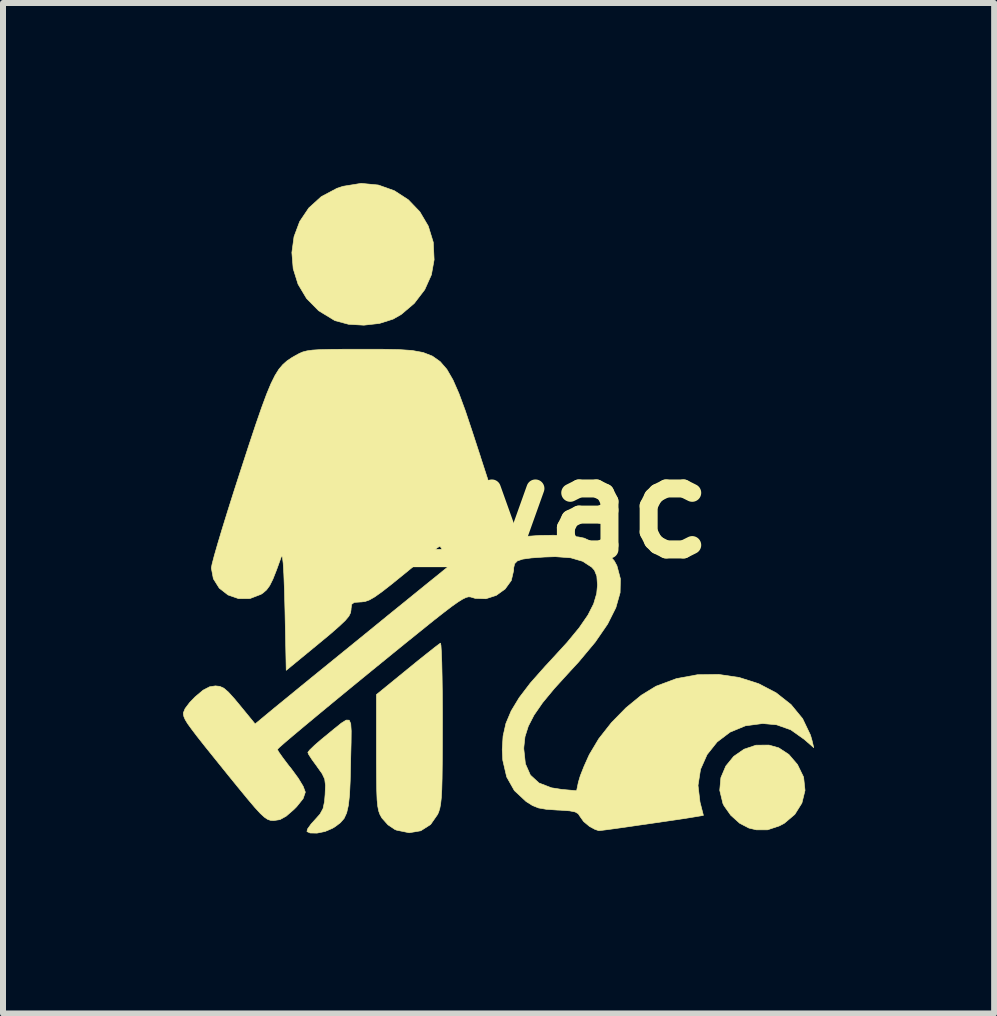
<source format=kicad_pcb>
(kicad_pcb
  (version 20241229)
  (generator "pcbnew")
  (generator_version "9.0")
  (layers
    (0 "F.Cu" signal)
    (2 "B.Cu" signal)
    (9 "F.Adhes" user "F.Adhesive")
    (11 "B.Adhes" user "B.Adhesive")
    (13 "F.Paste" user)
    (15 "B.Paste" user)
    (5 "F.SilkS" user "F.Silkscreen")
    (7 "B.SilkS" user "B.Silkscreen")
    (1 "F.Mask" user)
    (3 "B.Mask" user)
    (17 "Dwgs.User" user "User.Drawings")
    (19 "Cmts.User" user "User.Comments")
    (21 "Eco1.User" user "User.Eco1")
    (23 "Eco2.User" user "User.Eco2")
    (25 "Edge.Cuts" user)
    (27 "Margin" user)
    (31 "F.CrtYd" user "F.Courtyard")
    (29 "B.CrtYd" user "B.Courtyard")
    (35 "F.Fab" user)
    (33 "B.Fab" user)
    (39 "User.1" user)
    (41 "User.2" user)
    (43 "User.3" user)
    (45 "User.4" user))
  (footprint "m_vac"
    (layer "F.Cu")
    (at 5.254 5.415)
    (property "Reference" "m_vac" (at 0 0 0) (layer "F.SilkS") (effects (font (size 1.524 1.524) (thickness 0.3))))
    (attr through_hole)
    (fp_poly (pts (xy 4.671 3.995) (xy 4.839 4.105) (xy 4.983 4.273) (xy 5.081 4.474) (xy 5.086 4.489) (xy 5.109 4.704) (xy 5.057 4.915) (xy 4.939 5.104) (xy 4.763 5.253) (xy 4.681 5.296) (xy 4.485 5.361) (xy 4.298 5.361) (xy 4.174 5.332) (xy 4.02 5.252) (xy 3.872 5.119) (xy 3.76 4.961) (xy 3.741 4.923) (xy 3.688 4.703) (xy 3.707 4.492) (xy 3.789 4.299) (xy 3.921 4.137) (xy 4.093 4.018) (xy 4.292 3.951) (xy 4.508 3.949) (xy 4.671 3.995)) (stroke (width 0.01) (type solid)) (fill yes) (layer "F.SilkS"))
    (fp_poly (pts (xy -1.999 -5.382) (xy -1.734 -5.288) (xy -1.501 -5.137) (xy -1.309 -4.937) (xy -1.168 -4.698) (xy -1.085 -4.428) (xy -1.071 -4.137) (xy -1.116 -3.887) (xy -1.227 -3.639) (xy -1.402 -3.41) (xy -1.62 -3.225) (xy -1.755 -3.148) (xy -1.982 -3.076) (xy -2.241 -3.047) (xy -2.497 -3.062) (xy -2.717 -3.121) (xy -2.731 -3.127) (xy -2.994 -3.287) (xy -3.196 -3.492) (xy -3.338 -3.73) (xy -3.419 -3.989) (xy -3.441 -4.257) (xy -3.405 -4.522) (xy -3.311 -4.774) (xy -3.159 -5) (xy -2.952 -5.188) (xy -2.689 -5.328) (xy -2.588 -5.361) (xy -2.286 -5.41) (xy -1.999 -5.382)) (stroke (width 0.01) (type solid)) (fill yes) (layer "F.SilkS"))
    (fp_poly (pts (xy -0.957 2.288) (xy -0.95 2.4) (xy -0.943 2.576) (xy -0.938 2.808) (xy -0.934 3.085) (xy -0.932 3.397) (xy -0.932 3.584) (xy -0.933 3.963) (xy -0.935 4.266) (xy -0.938 4.505) (xy -0.943 4.688) (xy -0.951 4.826) (xy -0.962 4.928) (xy -0.976 5.004) (xy -0.995 5.065) (xy -1.012 5.104) (xy -1.13 5.273) (xy -1.293 5.377) (xy -1.486 5.41) (xy -1.696 5.367) (xy -1.724 5.356) (xy -1.84 5.278) (xy -1.939 5.167) (xy -1.946 5.156) (xy -1.974 5.105) (xy -1.995 5.047) (xy -2.01 4.97) (xy -2.021 4.863) (xy -2.027 4.712) (xy -2.03 4.507) (xy -2.032 4.236) (xy -2.032 4.062) (xy -2.032 3.108) (xy -1.515 2.686) (xy -1.337 2.541) (xy -1.18 2.416) (xy -1.059 2.32) (xy -0.983 2.263) (xy -0.965 2.251) (xy -0.957 2.288)) (stroke (width 0.01) (type solid)) (fill yes) (layer "F.SilkS"))
    (fp_poly (pts (xy -2.486 3.534) (xy -2.46 3.593) (xy -2.452 3.715) (xy -2.454 3.908) (xy -2.461 4.177) (xy -2.462 4.241) (xy -2.469 4.546) (xy -2.48 4.779) (xy -2.499 4.952) (xy -2.528 5.079) (xy -2.571 5.172) (xy -2.633 5.243) (xy -2.715 5.305) (xy -2.765 5.336) (xy -2.888 5.389) (xy -3.022 5.416) (xy -3.137 5.414) (xy -3.19 5.39) (xy -3.179 5.346) (xy -3.121 5.265) (xy -3.061 5.199) (xy -2.972 5.099) (xy -2.922 5.008) (xy -2.897 4.892) (xy -2.887 4.771) (xy -2.881 4.62) (xy -2.894 4.516) (xy -2.937 4.425) (xy -3.02 4.309) (xy -3.022 4.305) (xy -3.104 4.193) (xy -3.16 4.107) (xy -3.175 4.071) (xy -3.144 4.031) (xy -3.062 3.952) (xy -2.944 3.85) (xy -2.891 3.807) (xy -2.732 3.676) (xy -2.615 3.582) (xy -2.536 3.533) (xy -2.486 3.534)) (stroke (width 0.01) (type solid)) (fill yes) (layer "F.SilkS"))
    (fp_poly (pts (xy -1.665 -2.641) (xy -1.44 -2.626) (xy -1.254 -2.592) (xy -1.1 -2.532) (xy -0.971 -2.441) (xy -0.859 -2.312) (xy -0.757 -2.136) (xy -0.657 -1.908) (xy -0.551 -1.621) (xy -0.433 -1.267) (xy -0.294 -0.841) (xy -0.294 -0.839) (xy -0.19 -0.519) (xy -0.094 -0.226) (xy -0.009 0.031) (xy 0.061 0.244) (xy 0.114 0.401) (xy 0.145 0.494) (xy 0.153 0.515) (xy 0.2 0.523) (xy 0.297 0.507) (xy 0.328 0.498) (xy 0.482 0.471) (xy 0.689 0.456) (xy 0.921 0.453) (xy 1.147 0.462) (xy 1.338 0.482) (xy 1.429 0.501) (xy 1.619 0.588) (xy 1.796 0.722) (xy 1.931 0.88) (xy 1.975 0.961) (xy 2.033 1.179) (xy 2.028 1.41) (xy 1.957 1.66) (xy 1.82 1.933) (xy 1.613 2.234) (xy 1.334 2.568) (xy 1.189 2.725) (xy 0.933 3.006) (xy 0.736 3.244) (xy 0.593 3.451) (xy 0.498 3.636) (xy 0.443 3.81) (xy 0.424 3.984) (xy 0.423 4.011) (xy 0.45 4.261) (xy 0.533 4.449) (xy 0.677 4.581) (xy 0.885 4.661) (xy 1.057 4.688) (xy 1.303 4.71) (xy 1.333 4.567) (xy 1.365 4.46) (xy 1.425 4.308) (xy 1.5 4.14) (xy 1.516 4.106) (xy 1.673 3.843) (xy 1.883 3.576) (xy 2.126 3.328) (xy 2.382 3.118) (xy 2.625 2.969) (xy 2.965 2.842) (xy 3.317 2.777) (xy 3.67 2.772) (xy 4.013 2.823) (xy 4.336 2.926) (xy 4.626 3.077) (xy 4.875 3.273) (xy 5.069 3.509) (xy 5.2 3.783) (xy 5.225 3.869) (xy 5.254 3.992) (xy 5.096 3.854) (xy 4.872 3.695) (xy 4.635 3.611) (xy 4.403 3.59) (xy 4.116 3.628) (xy 3.86 3.734) (xy 3.644 3.898) (xy 3.477 4.108) (xy 3.368 4.353) (xy 3.326 4.621) (xy 3.359 4.899) (xy 3.416 5.121) (xy 3.285 5.143) (xy 3.169 5.162) (xy 3.001 5.188) (xy 2.796 5.218) (xy 2.57 5.251) (xy 2.339 5.284) (xy 2.12 5.316) (xy 1.928 5.343) (xy 1.779 5.363) (xy 1.69 5.374) (xy 1.672 5.375) (xy 1.609 5.354) (xy 1.517 5.304) (xy 1.42 5.223) (xy 1.361 5.14) (xy 1.33 5.093) (xy 1.278 5.063) (xy 1.186 5.045) (xy 1.033 5.034) (xy 0.98 5.032) (xy 0.797 5.019) (xy 0.669 4.997) (xy 0.567 4.956) (xy 0.461 4.889) (xy 0.461 4.889) (xy 0.266 4.707) (xy 0.138 4.48) (xy 0.073 4.201) (xy 0.064 4.021) (xy 0.078 3.798) (xy 0.125 3.589) (xy 0.213 3.38) (xy 0.346 3.16) (xy 0.531 2.917) (xy 0.776 2.64) (xy 0.881 2.527) (xy 1.144 2.24) (xy 1.346 1.995) (xy 1.492 1.783) (xy 1.587 1.596) (xy 1.638 1.423) (xy 1.651 1.282) (xy 1.64 1.134) (xy 1.601 1.037) (xy 1.556 0.986) (xy 1.404 0.887) (xy 1.205 0.829) (xy 0.949 0.81) (xy 0.766 0.816) (xy 0.55 0.831) (xy 0.405 0.851) (xy 0.316 0.881) (xy 0.271 0.927) (xy 0.255 0.996) (xy 0.254 1.04) (xy 0.215 1.207) (xy 0.112 1.349) (xy -0.035 1.455) (xy -0.208 1.511) (xy -0.386 1.505) (xy -0.435 1.49) (xy -0.466 1.481) (xy -0.498 1.479) (xy -0.539 1.49) (xy -0.595 1.517) (xy -0.671 1.564) (xy -0.773 1.636) (xy -0.907 1.738) (xy -1.079 1.873) (xy -1.295 2.047) (xy -1.562 2.262) (xy -1.884 2.524) (xy -2.121 2.717) (xy -2.434 2.973) (xy -2.727 3.214) (xy -2.992 3.433) (xy -3.223 3.625) (xy -3.414 3.785) (xy -3.559 3.908) (xy -3.651 3.989) (xy -3.683 4.022) (xy -3.683 4.022) (xy -3.658 4.067) (xy -3.592 4.16) (xy -3.497 4.286) (xy -3.45 4.344) (xy -3.334 4.502) (xy -3.253 4.636) (xy -3.218 4.729) (xy -3.218 4.738) (xy -3.254 4.842) (xy -3.362 4.977) (xy -3.409 5.024) (xy -3.536 5.134) (xy -3.639 5.191) (xy -3.743 5.207) (xy -3.745 5.207) (xy -3.795 5.204) (xy -3.843 5.188) (xy -3.897 5.152) (xy -3.966 5.089) (xy -4.058 4.989) (xy -4.18 4.845) (xy -4.341 4.649) (xy -4.498 4.456) (xy -4.718 4.183) (xy -4.891 3.968) (xy -5.021 3.803) (xy -5.115 3.679) (xy -5.18 3.589) (xy -5.219 3.524) (xy -5.24 3.476) (xy -5.248 3.438) (xy -5.249 3.412) (xy -5.22 3.341) (xy -5.143 3.239) (xy -5.053 3.146) (xy -4.92 3.034) (xy -4.812 2.978) (xy -4.715 2.963) (xy -4.642 2.971) (xy -4.575 3.001) (xy -4.499 3.066) (xy -4.397 3.179) (xy -4.313 3.28) (xy -4.053 3.597) (xy -3.731 3.33) (xy -3.645 3.26) (xy -3.509 3.149) (xy -3.331 3.003) (xy -3.118 2.829) (xy -2.879 2.635) (xy -2.622 2.426) (xy -2.355 2.209) (xy -2.087 1.991) (xy -1.826 1.778) (xy -1.579 1.578) (xy -1.355 1.396) (xy -1.163 1.24) (xy -1.01 1.117) (xy -0.906 1.032) (xy -0.857 0.993) (xy -0.854 0.991) (xy -0.854 0.947) (xy -0.877 0.858) (xy -0.912 0.755) (xy -0.948 0.67) (xy -0.975 0.635) (xy -1.016 0.661) (xy -1.11 0.732) (xy -1.248 0.839) (xy -1.417 0.974) (xy -1.571 1.1) (xy -1.783 1.272) (xy -1.942 1.396) (xy -2.06 1.48) (xy -2.149 1.531) (xy -2.221 1.557) (xy -2.286 1.565) (xy -2.297 1.565) (xy -2.401 1.572) (xy -2.445 1.604) (xy -2.455 1.68) (xy -2.455 1.691) (xy -2.463 1.744) (xy -2.491 1.801) (xy -2.55 1.872) (xy -2.649 1.966) (xy -2.795 2.094) (xy -2.995 2.26) (xy -3.535 2.704) (xy -3.556 1.701) (xy -3.565 1.363) (xy -3.575 1.102) (xy -3.586 0.919) (xy -3.598 0.817) (xy -3.611 0.798) (xy -3.614 0.804) (xy -3.695 1.028) (xy -3.757 1.185) (xy -3.811 1.293) (xy -3.863 1.364) (xy -3.922 1.415) (xy -3.955 1.437) (xy -4.14 1.508) (xy -4.329 1.509) (xy -4.505 1.448) (xy -4.651 1.334) (xy -4.749 1.178) (xy -4.783 0.999) (xy -4.77 0.932) (xy -4.734 0.794) (xy -4.677 0.596) (xy -4.602 0.346) (xy -4.512 0.055) (xy -4.41 -0.268) (xy -4.299 -0.612) (xy -4.293 -0.63) (xy -4.157 -1.048) (xy -4.042 -1.394) (xy -3.945 -1.674) (xy -3.862 -1.898) (xy -3.789 -2.074) (xy -3.722 -2.209) (xy -3.658 -2.312) (xy -3.592 -2.39) (xy -3.522 -2.452) (xy -3.442 -2.506) (xy -3.383 -2.54) (xy -3.319 -2.575) (xy -3.259 -2.601) (xy -3.189 -2.619) (xy -3.097 -2.632) (xy -2.97 -2.64) (xy -2.795 -2.644) (xy -2.561 -2.646) (xy -2.265 -2.646) (xy -1.938 -2.646) (xy -1.665 -2.641)) (stroke (width 0.01) (type solid)) (fill yes) (layer "F.SilkS")))
  (gr_rect
    (start -3 -3)
    (end 13.514 13.836)
    (stroke (width 0.1) (type default))
    (fill no)
    (layer "Edge.Cuts")))
</source>
